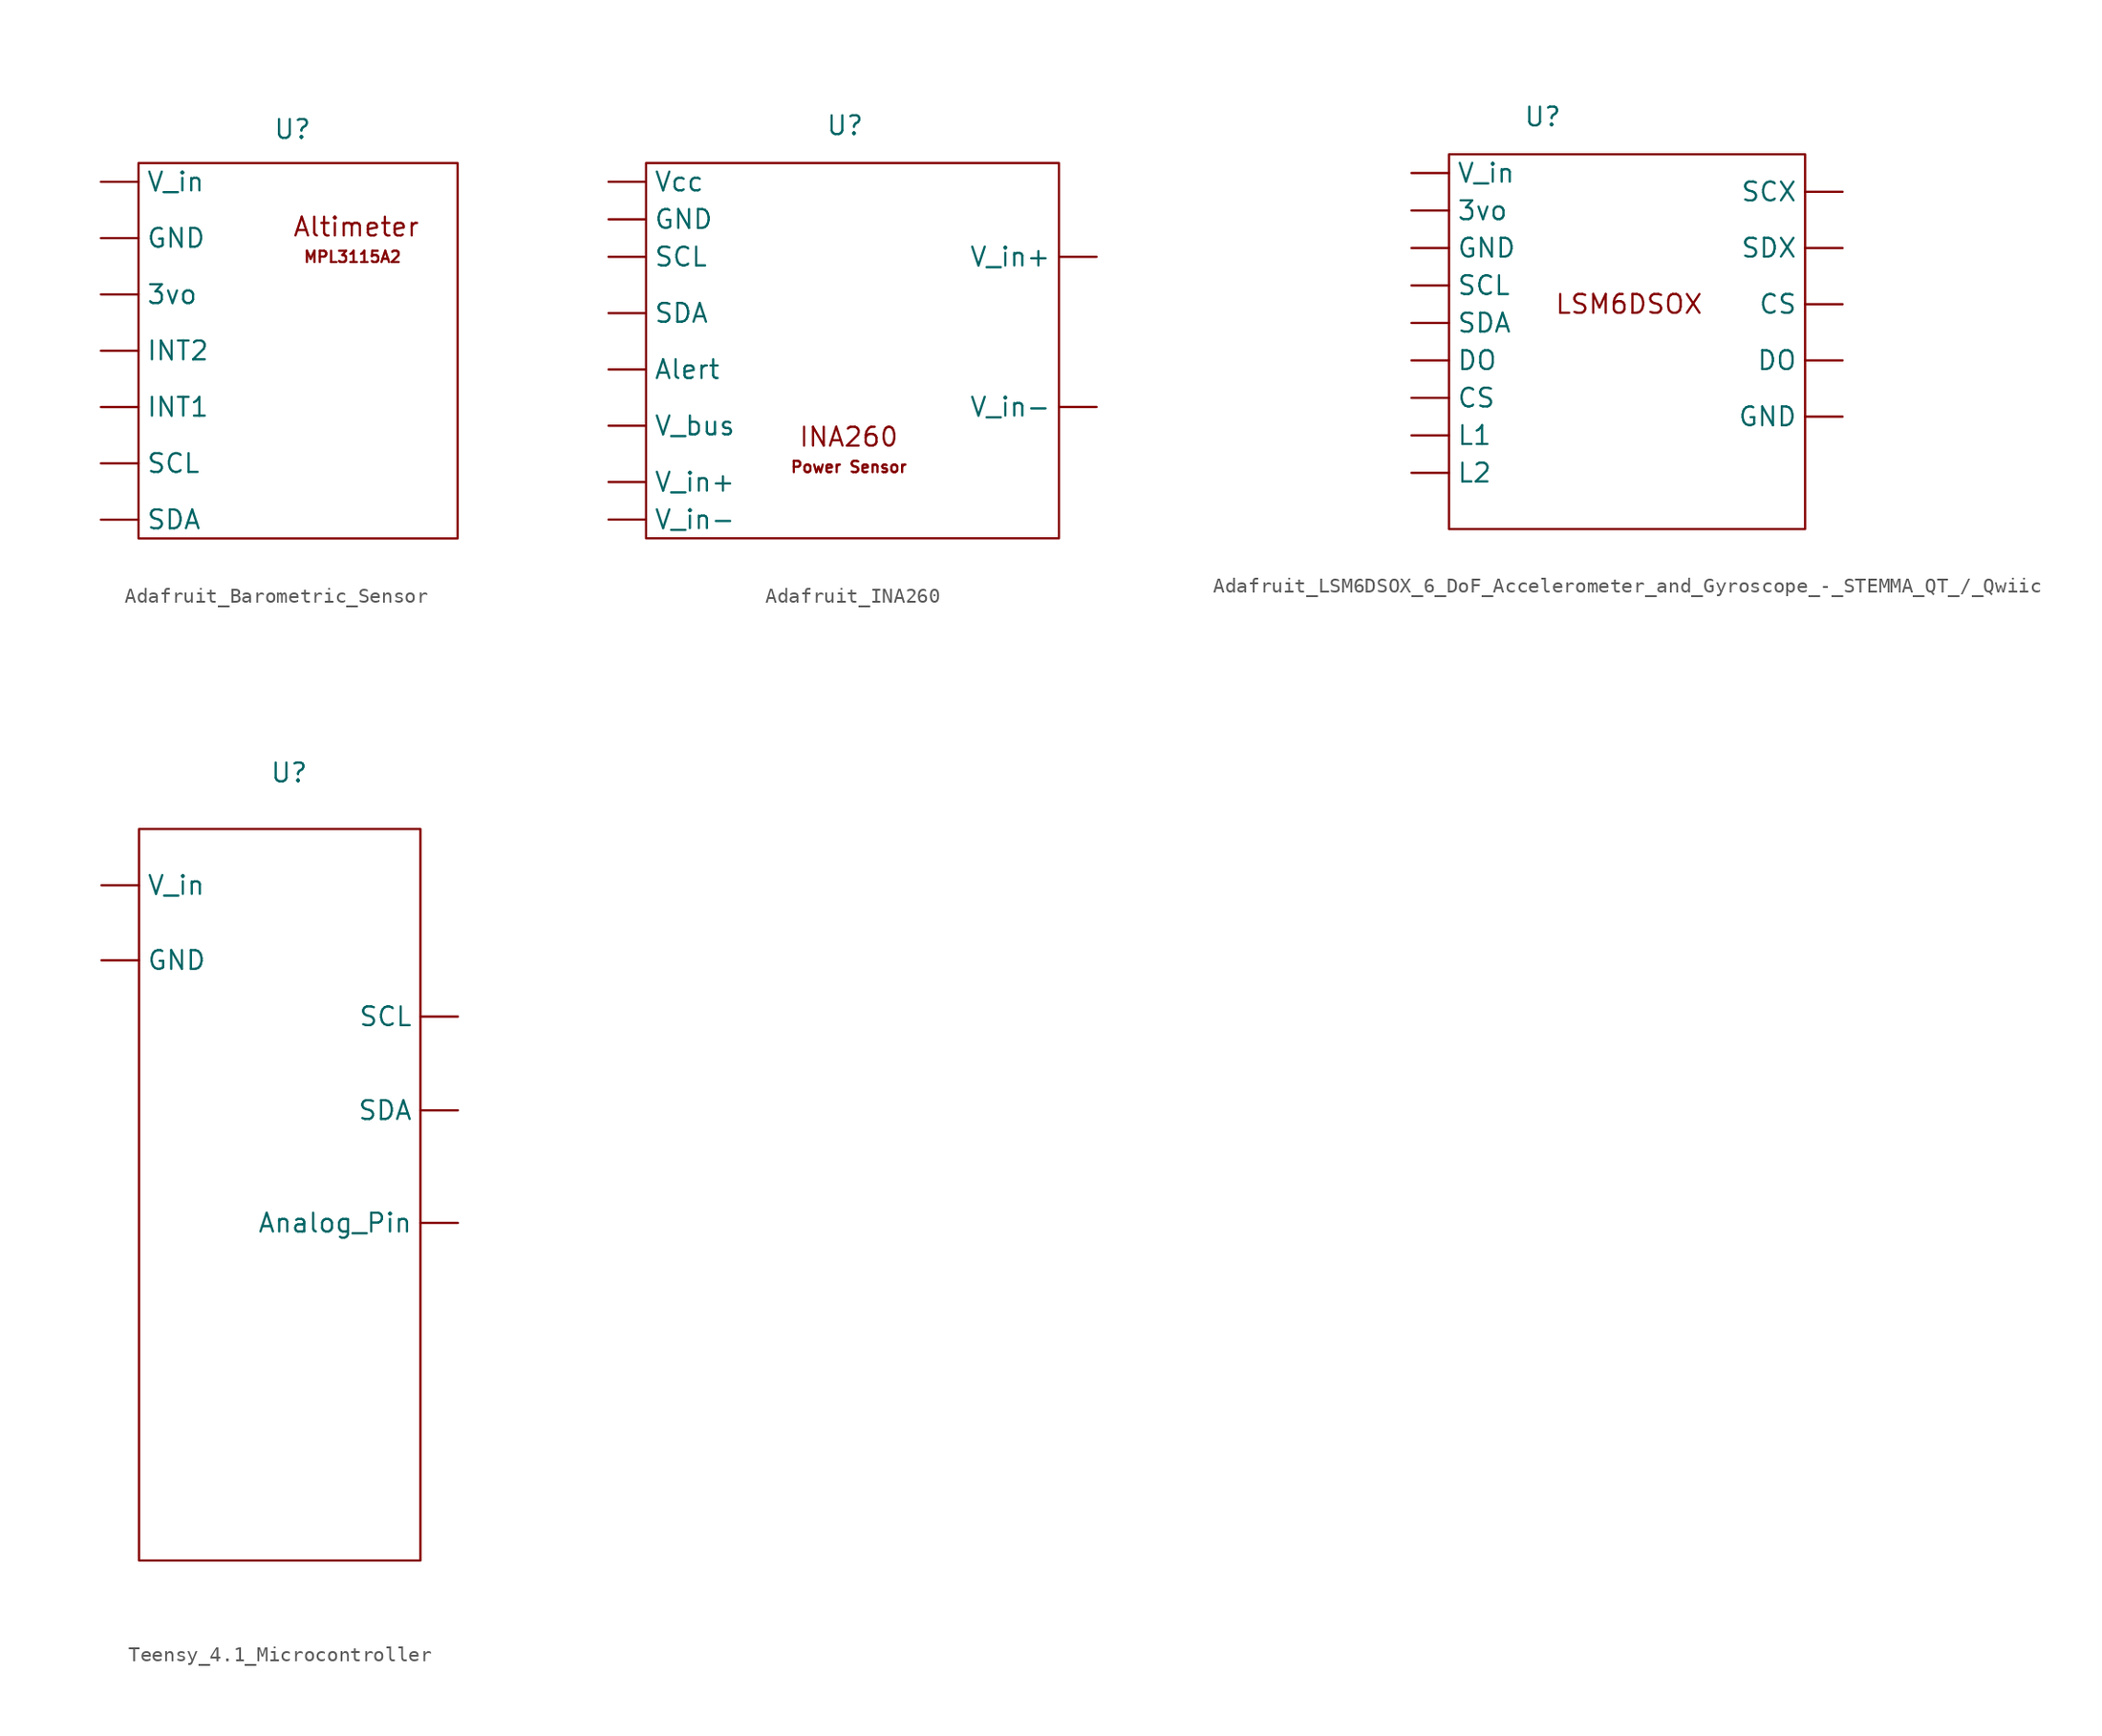
<source format=kicad_sym>
(kicad_symbol_lib
  (version 20231120)
  (generator "kicad_symbol_editor")
  (generator_version "8.0")
  (symbol "Adafruit_Barometric_Sensor"
    (property "Reference" "U"
      (at 1.524 -1.524 0)
      (effects (font (size 1.27 1.27))))
    (property "Value" ""
      (at 0 0 0)
      (effects (font (size 1.27 1.27))))
    (symbol "Adafruit_Barometric_Sensor_0_1"
      (rectangle (start -8.89 -3.81) (end 12.7 -29.21) (stroke (width 0) (type default)) (fill (type none))))
    (symbol "Adafruit_Barometric_Sensor_1_1"
      (text "Altimeter" (at 5.842 -8.128 0) (effects (font (size 1.27 1.27))))
      (text "MPL3115A2" (at 5.588 -10.16 0) (effects (font (size 0.762 0.762))))
      (pin input line (at -11.43 -12.7 0) (length 2.54) (name "3vo" (effects (font (size 1.27 1.27)))) (number "" (effects (font (size 1.27 1.27)))))
      (pin input line (at -11.43 -8.89 0) (length 2.54) (name "GND" (effects (font (size 1.27 1.27)))) (number "" (effects (font (size 1.27 1.27)))))
      (pin input line (at -11.43 -20.32 0) (length 2.54) (name "INT1" (effects (font (size 1.27 1.27)))) (number "" (effects (font (size 1.27 1.27)))))
      (pin input line (at -11.43 -16.51 0) (length 2.54) (name "INT2" (effects (font (size 1.27 1.27)))) (number "" (effects (font (size 1.27 1.27)))))
      (pin input line (at -11.43 -24.13 0) (length 2.54) (name "SCL" (effects (font (size 1.27 1.27)))) (number "" (effects (font (size 1.27 1.27)))))
      (pin input line (at -11.43 -27.94 0) (length 2.54) (name "SDA" (effects (font (size 1.27 1.27)))) (number "" (effects (font (size 1.27 1.27)))))
      (pin input line (at -11.43 -5.08 0) (length 2.54) (name "V_in" (effects (font (size 1.27 1.27)))) (number "" (effects (font (size 1.27 1.27)))))))
  (symbol "Adafruit_INA260"
    (property "Reference" "U"
      (at 0.762 -1.27 0)
      (effects (font (size 1.27 1.27))))
    (property "Value" ""
      (at 0 0 0)
      (effects (font (size 1.27 1.27))))
    (symbol "Adafruit_INA260_0_1"
      (rectangle (start -12.7 -3.81) (end 15.24 -29.21) (stroke (width 0) (type default)) (fill (type none))))
    (symbol "Adafruit_INA260_1_1"
      (text "INA260" (at 1.016 -22.352 0) (effects (font (size 1.27 1.27))))
      (text "Power Sensor" (at 1.016 -24.384 0) (effects (font (size 0.762 0.762))))
      (pin input line (at -15.24 -17.78 0) (length 2.54) (name "Alert" (effects (font (size 1.27 1.27)))) (number "" (effects (font (size 1.27 1.27)))))
      (pin input line (at -15.24 -7.62 0) (length 2.54) (name "GND" (effects (font (size 1.27 1.27)))) (number "" (effects (font (size 1.27 1.27)))))
      (pin input line (at -15.24 -10.16 0) (length 2.54) (name "SCL" (effects (font (size 1.27 1.27)))) (number "" (effects (font (size 1.27 1.27)))))
      (pin input line (at -15.24 -13.97 0) (length 2.54) (name "SDA" (effects (font (size 1.27 1.27)))) (number "" (effects (font (size 1.27 1.27)))))
      (pin input line (at -15.24 -21.59 0) (length 2.54) (name "V_bus" (effects (font (size 1.27 1.27)))) (number "" (effects (font (size 1.27 1.27)))))
      (pin input line (at -15.24 -25.4 0) (length 2.54) (name "V_in+" (effects (font (size 1.27 1.27)))) (number "" (effects (font (size 1.27 1.27)))))
      (pin input line (at 17.78 -10.16 180) (length 2.54) (name "V_in+" (effects (font (size 1.27 1.27)))) (number "" (effects (font (size 1.27 1.27)))))
      (pin input line (at -15.24 -27.94 0) (length 2.54) (name "V_in-" (effects (font (size 1.27 1.27)))) (number "" (effects (font (size 1.27 1.27)))))
      (pin input line (at 17.78 -20.32 180) (length 2.54) (name "V_in-" (effects (font (size 1.27 1.27)))) (number "" (effects (font (size 1.27 1.27)))))
      (pin input line (at -15.24 -5.08 0) (length 2.54) (name "Vcc" (effects (font (size 1.27 1.27)))) (number "" (effects (font (size 1.27 1.27)))))))
  (symbol "Adafruit_LSM6DSOX_6_DoF_Accelerometer_and_Gyroscope_-_STEMMA_QT_/_Qwiic"
    (property "Reference" "U"
      (at 0 0 0)
      (effects (font (size 1.27 1.27))))
    (property "Value" ""
      (at 0 0 0)
      (effects (font (size 1.27 1.27))))
    (symbol "Adafruit_LSM6DSOX_6_DoF_Accelerometer_and_Gyroscope_-_STEMMA_QT_/_Qwiic_0_1"
      (rectangle (start -6.35 -2.54) (end 17.78 -27.94) (stroke (width 0) (type default)) (fill (type none))))
    (symbol "Adafruit_LSM6DSOX_6_DoF_Accelerometer_and_Gyroscope_-_STEMMA_QT_/_Qwiic_1_1"
      (text "LSM6DSOX" (at 5.842 -12.7 0) (effects (font (size 1.27 1.27))))
      (pin input line (at -8.89 -6.35 0) (length 2.54) (name "3vo" (effects (font (size 1.27 1.27)))) (number "" (effects (font (size 1.27 1.27)))))
      (pin input line (at -8.89 -19.05 0) (length 2.54) (name "CS" (effects (font (size 1.27 1.27)))) (number "" (effects (font (size 1.27 1.27)))))
      (pin input line (at 20.32 -12.7 180) (length 2.54) (name "CS" (effects (font (size 1.27 1.27)))) (number "" (effects (font (size 1.27 1.27)))))
      (pin input line (at -8.89 -16.51 0) (length 2.54) (name "DO" (effects (font (size 1.27 1.27)))) (number "" (effects (font (size 1.27 1.27)))))
      (pin input line (at 20.32 -16.51 180) (length 2.54) (name "DO" (effects (font (size 1.27 1.27)))) (number "" (effects (font (size 1.27 1.27)))))
      (pin input line (at -8.89 -8.89 0) (length 2.54) (name "GND" (effects (font (size 1.27 1.27)))) (number "" (effects (font (size 1.27 1.27)))))
      (pin input line (at 20.32 -20.32 180) (length 2.54) (name "GND" (effects (font (size 1.27 1.27)))) (number "" (effects (font (size 1.27 1.27)))))
      (pin input line (at -8.89 -21.59 0) (length 2.54) (name "L1" (effects (font (size 1.27 1.27)))) (number "" (effects (font (size 1.27 1.27)))))
      (pin input line (at -8.89 -24.13 0) (length 2.54) (name "L2" (effects (font (size 1.27 1.27)))) (number "" (effects (font (size 1.27 1.27)))))
      (pin input line (at -8.89 -11.43 0) (length 2.54) (name "SCL" (effects (font (size 1.27 1.27)))) (number "" (effects (font (size 1.27 1.27)))))
      (pin input line (at 20.32 -5.08 180) (length 2.54) (name "SCX" (effects (font (size 1.27 1.27)))) (number "" (effects (font (size 1.27 1.27)))))
      (pin input line (at -8.89 -13.97 0) (length 2.54) (name "SDA" (effects (font (size 1.27 1.27)))) (number "" (effects (font (size 1.27 1.27)))))
      (pin input line (at 20.32 -8.89 180) (length 2.54) (name "SDX" (effects (font (size 1.27 1.27)))) (number "" (effects (font (size 1.27 1.27)))))
      (pin input line (at -8.89 -3.81 0) (length 2.54) (name "V_in" (effects (font (size 1.27 1.27)))) (number "" (effects (font (size 1.27 1.27)))))))
  (symbol "Teensy_4.1_Microcontroller"
    (property "Reference" "U"
      (at 0 0 0)
      (effects (font (size 1.27 1.27))))
    (property "Value" ""
      (at 0 0 0)
      (effects (font (size 1.27 1.27))))
    (symbol "Teensy_4.1_Microcontroller_0_1"
      (rectangle (start -10.16 -3.81) (end 8.89 -53.34) (stroke (width 0) (type default)) (fill (type none))))
    (symbol "Teensy_4.1_Microcontroller_1_0"
      (pin input line (at -12.7 -12.7 0) (length 2.54) (name "GND" (effects (font (size 1.27 1.27)))) (number "" (effects (font (size 1.27 1.27)))))
      (pin input line (at 11.43 -16.51 180) (length 2.54) (name "SCL" (effects (font (size 1.27 1.27)))) (number "" (effects (font (size 1.27 1.27)))))
      (pin input line (at 11.43 -22.86 180) (length 2.54) (name "SDA" (effects (font (size 1.27 1.27)))) (number "" (effects (font (size 1.27 1.27))))))
    (symbol "Teensy_4.1_Microcontroller_1_1"
      (pin input line (at 11.43 -30.48 180) (length 2.54) (name "Analog_Pin" (effects (font (size 1.27 1.27)))) (number "" (effects (font (size 1.27 1.27)))))
      (pin input line (at -12.7 -7.62 0) (length 2.54) (name "V_in" (effects (font (size 1.27 1.27)))) (number "" (effects (font (size 1.27 1.27))))))))
</source>
